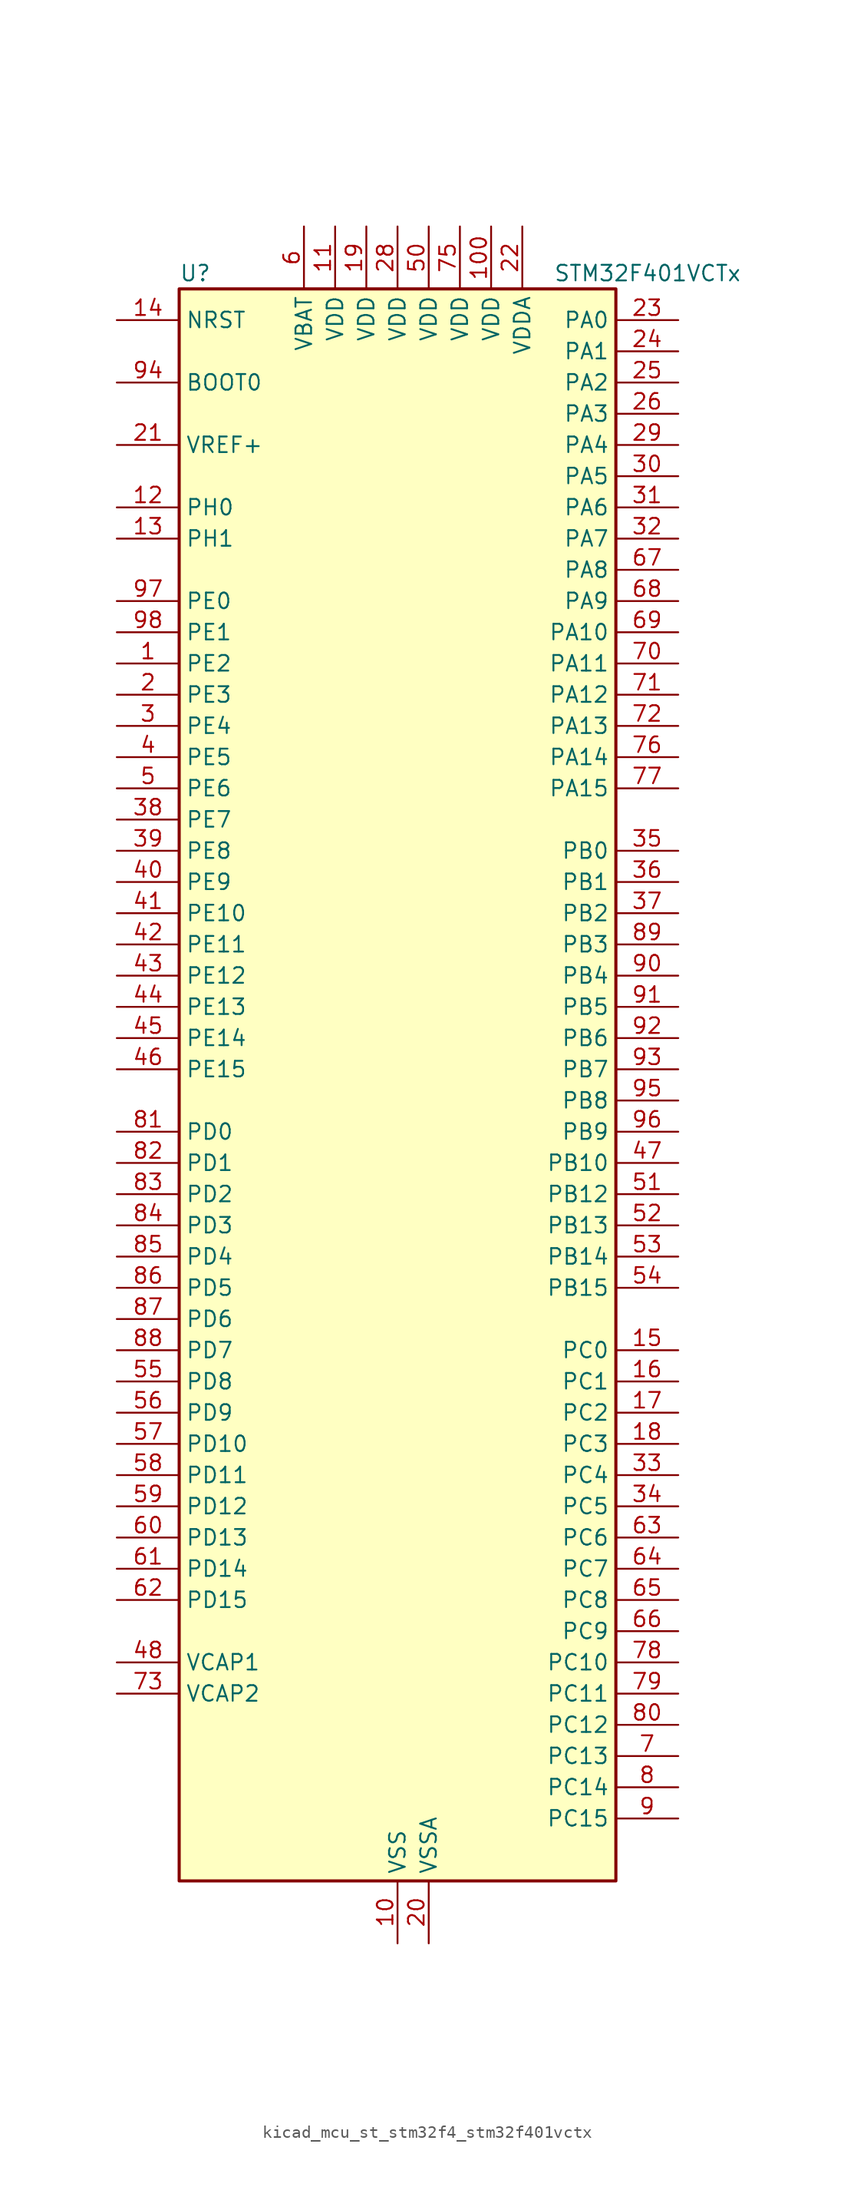
<source format=kicad_sym>
(kicad_symbol_lib
  (version 20220914)
  (generator kicad_symbol_editor)
  (symbol "kicad_mcu_st_stm32f4_stm32f401vctx"
    (property "Reference" "U"
      (at -17.78 67.31 0)
      (effects (font (size 1.27 1.27)) (justify left)))
    (property "Value" "STM32F401VCTx"
      (at 12.7 67.31 0)
      (effects (font (size 1.27 1.27)) (justify left)))
    (property "ki_locked" ""
      (at 0 0 0)
      (effects (font (size 1.27 1.27))))
    (symbol "kicad_mcu_st_stm32f4_stm32f401vctx_0_1"
      (rectangle (start -17.78 -63.5) (end 17.78 66.04) (stroke (width 0.254) (type default)) (fill (type background))))
    (symbol "kicad_mcu_st_stm32f4_stm32f401vctx_1_1"
      (pin bidirectional line (at -22.86 35.56 0) (length 5.08) (name "PE2" (effects (font (size 1.27 1.27)))) (number "1" (effects (font (size 1.27 1.27)))) (alternate "SPI4_SCK" bidirectional line) (alternate "SYS_TRACECLK" bidirectional line))
      (pin power_in line (at 0 -68.58 90) (length 5.08) (name "VSS" (effects (font (size 1.27 1.27)))) (number "10" (effects (font (size 1.27 1.27)))))
      (pin power_in line (at 7.62 71.12 270) (length 5.08) (name "VDD" (effects (font (size 1.27 1.27)))) (number "100" (effects (font (size 1.27 1.27)))))
      (pin power_in line (at -5.08 71.12 270) (length 5.08) (name "VDD" (effects (font (size 1.27 1.27)))) (number "11" (effects (font (size 1.27 1.27)))))
      (pin bidirectional line (at -22.86 48.26 0) (length 5.08) (name "PH0" (effects (font (size 1.27 1.27)))) (number "12" (effects (font (size 1.27 1.27)))) (alternate "RCC_OSC_IN" bidirectional line))
      (pin bidirectional line (at -22.86 45.72 0) (length 5.08) (name "PH1" (effects (font (size 1.27 1.27)))) (number "13" (effects (font (size 1.27 1.27)))) (alternate "RCC_OSC_OUT" bidirectional line))
      (pin input line (at -22.86 63.5 0) (length 5.08) (name "NRST" (effects (font (size 1.27 1.27)))) (number "14" (effects (font (size 1.27 1.27)))))
      (pin bidirectional line (at 22.86 -20.32 180) (length 5.08) (name "PC0" (effects (font (size 1.27 1.27)))) (number "15" (effects (font (size 1.27 1.27)))) (alternate "ADC1_IN10" bidirectional line))
      (pin bidirectional line (at 22.86 -22.86 180) (length 5.08) (name "PC1" (effects (font (size 1.27 1.27)))) (number "16" (effects (font (size 1.27 1.27)))) (alternate "ADC1_IN11" bidirectional line))
      (pin bidirectional line (at 22.86 -25.4 180) (length 5.08) (name "PC2" (effects (font (size 1.27 1.27)))) (number "17" (effects (font (size 1.27 1.27)))) (alternate "ADC1_IN12" bidirectional line) (alternate "I2S2_ext_SD" bidirectional line) (alternate "SPI2_MISO" bidirectional line))
      (pin bidirectional line (at 22.86 -27.94 180) (length 5.08) (name "PC3" (effects (font (size 1.27 1.27)))) (number "18" (effects (font (size 1.27 1.27)))) (alternate "ADC1_IN13" bidirectional line) (alternate "I2S2_SD" bidirectional line) (alternate "SPI2_MOSI" bidirectional line))
      (pin power_in line (at -2.54 71.12 270) (length 5.08) (name "VDD" (effects (font (size 1.27 1.27)))) (number "19" (effects (font (size 1.27 1.27)))))
      (pin bidirectional line (at -22.86 33.02 0) (length 5.08) (name "PE3" (effects (font (size 1.27 1.27)))) (number "2" (effects (font (size 1.27 1.27)))) (alternate "SYS_TRACED0" bidirectional line))
      (pin power_in line (at 2.54 -68.58 90) (length 5.08) (name "VSSA" (effects (font (size 1.27 1.27)))) (number "20" (effects (font (size 1.27 1.27)))))
      (pin input line (at -22.86 53.34 0) (length 5.08) (name "VREF+" (effects (font (size 1.27 1.27)))) (number "21" (effects (font (size 1.27 1.27)))))
      (pin power_in line (at 10.16 71.12 270) (length 5.08) (name "VDDA" (effects (font (size 1.27 1.27)))) (number "22" (effects (font (size 1.27 1.27)))))
      (pin bidirectional line (at 22.86 63.5 180) (length 5.08) (name "PA0" (effects (font (size 1.27 1.27)))) (number "23" (effects (font (size 1.27 1.27)))) (alternate "ADC1_IN0" bidirectional line) (alternate "SYS_WKUP" bidirectional line) (alternate "TIM2_CH1" bidirectional line) (alternate "TIM2_ETR" bidirectional line) (alternate "TIM5_CH1" bidirectional line) (alternate "USART2_CTS" bidirectional line))
      (pin bidirectional line (at 22.86 60.96 180) (length 5.08) (name "PA1" (effects (font (size 1.27 1.27)))) (number "24" (effects (font (size 1.27 1.27)))) (alternate "ADC1_IN1" bidirectional line) (alternate "TIM2_CH2" bidirectional line) (alternate "TIM5_CH2" bidirectional line) (alternate "USART2_RTS" bidirectional line))
      (pin bidirectional line (at 22.86 58.42 180) (length 5.08) (name "PA2" (effects (font (size 1.27 1.27)))) (number "25" (effects (font (size 1.27 1.27)))) (alternate "ADC1_IN2" bidirectional line) (alternate "TIM2_CH3" bidirectional line) (alternate "TIM5_CH3" bidirectional line) (alternate "TIM9_CH1" bidirectional line) (alternate "USART2_TX" bidirectional line))
      (pin bidirectional line (at 22.86 55.88 180) (length 5.08) (name "PA3" (effects (font (size 1.27 1.27)))) (number "26" (effects (font (size 1.27 1.27)))) (alternate "ADC1_IN3" bidirectional line) (alternate "TIM2_CH4" bidirectional line) (alternate "TIM5_CH4" bidirectional line) (alternate "TIM9_CH2" bidirectional line) (alternate "USART2_RX" bidirectional line))
      (pin passive line (at 0 -68.58 90) (length 5.08) hide (name "VSS" (effects (font (size 1.27 1.27)))) (number "27" (effects (font (size 1.27 1.27)))))
      (pin power_in line (at 0 71.12 270) (length 5.08) (name "VDD" (effects (font (size 1.27 1.27)))) (number "28" (effects (font (size 1.27 1.27)))))
      (pin bidirectional line (at 22.86 53.34 180) (length 5.08) (name "PA4" (effects (font (size 1.27 1.27)))) (number "29" (effects (font (size 1.27 1.27)))) (alternate "ADC1_IN4" bidirectional line) (alternate "I2S3_WS" bidirectional line) (alternate "SPI1_NSS" bidirectional line) (alternate "SPI3_NSS" bidirectional line) (alternate "USART2_CK" bidirectional line))
      (pin bidirectional line (at -22.86 30.48 0) (length 5.08) (name "PE4" (effects (font (size 1.27 1.27)))) (number "3" (effects (font (size 1.27 1.27)))) (alternate "SPI4_NSS" bidirectional line) (alternate "SYS_TRACED1" bidirectional line))
      (pin bidirectional line (at 22.86 50.8 180) (length 5.08) (name "PA5" (effects (font (size 1.27 1.27)))) (number "30" (effects (font (size 1.27 1.27)))) (alternate "ADC1_IN5" bidirectional line) (alternate "SPI1_SCK" bidirectional line) (alternate "TIM2_CH1" bidirectional line) (alternate "TIM2_ETR" bidirectional line))
      (pin bidirectional line (at 22.86 48.26 180) (length 5.08) (name "PA6" (effects (font (size 1.27 1.27)))) (number "31" (effects (font (size 1.27 1.27)))) (alternate "ADC1_IN6" bidirectional line) (alternate "SPI1_MISO" bidirectional line) (alternate "TIM1_BKIN" bidirectional line) (alternate "TIM3_CH1" bidirectional line))
      (pin bidirectional line (at 22.86 45.72 180) (length 5.08) (name "PA7" (effects (font (size 1.27 1.27)))) (number "32" (effects (font (size 1.27 1.27)))) (alternate "ADC1_IN7" bidirectional line) (alternate "SPI1_MOSI" bidirectional line) (alternate "TIM1_CH1N" bidirectional line) (alternate "TIM3_CH2" bidirectional line))
      (pin bidirectional line (at 22.86 -30.48 180) (length 5.08) (name "PC4" (effects (font (size 1.27 1.27)))) (number "33" (effects (font (size 1.27 1.27)))) (alternate "ADC1_IN14" bidirectional line))
      (pin bidirectional line (at 22.86 -33.02 180) (length 5.08) (name "PC5" (effects (font (size 1.27 1.27)))) (number "34" (effects (font (size 1.27 1.27)))) (alternate "ADC1_IN15" bidirectional line))
      (pin bidirectional line (at 22.86 20.32 180) (length 5.08) (name "PB0" (effects (font (size 1.27 1.27)))) (number "35" (effects (font (size 1.27 1.27)))) (alternate "ADC1_IN8" bidirectional line) (alternate "TIM1_CH2N" bidirectional line) (alternate "TIM3_CH3" bidirectional line))
      (pin bidirectional line (at 22.86 17.78 180) (length 5.08) (name "PB1" (effects (font (size 1.27 1.27)))) (number "36" (effects (font (size 1.27 1.27)))) (alternate "ADC1_IN9" bidirectional line) (alternate "TIM1_CH3N" bidirectional line) (alternate "TIM3_CH4" bidirectional line))
      (pin bidirectional line (at 22.86 15.24 180) (length 5.08) (name "PB2" (effects (font (size 1.27 1.27)))) (number "37" (effects (font (size 1.27 1.27)))))
      (pin bidirectional line (at -22.86 22.86 0) (length 5.08) (name "PE7" (effects (font (size 1.27 1.27)))) (number "38" (effects (font (size 1.27 1.27)))) (alternate "TIM1_ETR" bidirectional line))
      (pin bidirectional line (at -22.86 20.32 0) (length 5.08) (name "PE8" (effects (font (size 1.27 1.27)))) (number "39" (effects (font (size 1.27 1.27)))) (alternate "TIM1_CH1N" bidirectional line))
      (pin bidirectional line (at -22.86 27.94 0) (length 5.08) (name "PE5" (effects (font (size 1.27 1.27)))) (number "4" (effects (font (size 1.27 1.27)))) (alternate "SPI4_MISO" bidirectional line) (alternate "SYS_TRACED2" bidirectional line) (alternate "TIM9_CH1" bidirectional line))
      (pin bidirectional line (at -22.86 17.78 0) (length 5.08) (name "PE9" (effects (font (size 1.27 1.27)))) (number "40" (effects (font (size 1.27 1.27)))) (alternate "TIM1_CH1" bidirectional line))
      (pin bidirectional line (at -22.86 15.24 0) (length 5.08) (name "PE10" (effects (font (size 1.27 1.27)))) (number "41" (effects (font (size 1.27 1.27)))) (alternate "TIM1_CH2N" bidirectional line))
      (pin bidirectional line (at -22.86 12.7 0) (length 5.08) (name "PE11" (effects (font (size 1.27 1.27)))) (number "42" (effects (font (size 1.27 1.27)))) (alternate "ADC1_EXTI11" bidirectional line) (alternate "SPI4_NSS" bidirectional line) (alternate "TIM1_CH2" bidirectional line))
      (pin bidirectional line (at -22.86 10.16 0) (length 5.08) (name "PE12" (effects (font (size 1.27 1.27)))) (number "43" (effects (font (size 1.27 1.27)))) (alternate "SPI4_SCK" bidirectional line) (alternate "TIM1_CH3N" bidirectional line))
      (pin bidirectional line (at -22.86 7.62 0) (length 5.08) (name "PE13" (effects (font (size 1.27 1.27)))) (number "44" (effects (font (size 1.27 1.27)))) (alternate "SPI4_MISO" bidirectional line) (alternate "TIM1_CH3" bidirectional line))
      (pin bidirectional line (at -22.86 5.08 0) (length 5.08) (name "PE14" (effects (font (size 1.27 1.27)))) (number "45" (effects (font (size 1.27 1.27)))) (alternate "SPI4_MOSI" bidirectional line) (alternate "TIM1_CH4" bidirectional line))
      (pin bidirectional line (at -22.86 2.54 0) (length 5.08) (name "PE15" (effects (font (size 1.27 1.27)))) (number "46" (effects (font (size 1.27 1.27)))) (alternate "ADC1_EXTI15" bidirectional line) (alternate "TIM1_BKIN" bidirectional line))
      (pin bidirectional line (at 22.86 -5.08 180) (length 5.08) (name "PB10" (effects (font (size 1.27 1.27)))) (number "47" (effects (font (size 1.27 1.27)))) (alternate "I2C2_SCL" bidirectional line) (alternate "I2S2_CK" bidirectional line) (alternate "SPI2_SCK" bidirectional line) (alternate "TIM2_CH3" bidirectional line))
      (pin power_out line (at -22.86 -45.72 0) (length 5.08) (name "VCAP1" (effects (font (size 1.27 1.27)))) (number "48" (effects (font (size 1.27 1.27)))))
      (pin passive line (at 0 -68.58 90) (length 5.08) hide (name "VSS" (effects (font (size 1.27 1.27)))) (number "49" (effects (font (size 1.27 1.27)))))
      (pin bidirectional line (at -22.86 25.4 0) (length 5.08) (name "PE6" (effects (font (size 1.27 1.27)))) (number "5" (effects (font (size 1.27 1.27)))) (alternate "SPI4_MOSI" bidirectional line) (alternate "SYS_TRACED3" bidirectional line) (alternate "TIM9_CH2" bidirectional line))
      (pin power_in line (at 2.54 71.12 270) (length 5.08) (name "VDD" (effects (font (size 1.27 1.27)))) (number "50" (effects (font (size 1.27 1.27)))))
      (pin bidirectional line (at 22.86 -7.62 180) (length 5.08) (name "PB12" (effects (font (size 1.27 1.27)))) (number "51" (effects (font (size 1.27 1.27)))) (alternate "I2C2_SMBA" bidirectional line) (alternate "I2S2_WS" bidirectional line) (alternate "SPI2_NSS" bidirectional line) (alternate "TIM1_BKIN" bidirectional line))
      (pin bidirectional line (at 22.86 -10.16 180) (length 5.08) (name "PB13" (effects (font (size 1.27 1.27)))) (number "52" (effects (font (size 1.27 1.27)))) (alternate "I2S2_CK" bidirectional line) (alternate "SPI2_SCK" bidirectional line) (alternate "TIM1_CH1N" bidirectional line))
      (pin bidirectional line (at 22.86 -12.7 180) (length 5.08) (name "PB14" (effects (font (size 1.27 1.27)))) (number "53" (effects (font (size 1.27 1.27)))) (alternate "I2S2_ext_SD" bidirectional line) (alternate "SPI2_MISO" bidirectional line) (alternate "TIM1_CH2N" bidirectional line))
      (pin bidirectional line (at 22.86 -15.24 180) (length 5.08) (name "PB15" (effects (font (size 1.27 1.27)))) (number "54" (effects (font (size 1.27 1.27)))) (alternate "ADC1_EXTI15" bidirectional line) (alternate "I2S2_SD" bidirectional line) (alternate "RTC_REFIN" bidirectional line) (alternate "SPI2_MOSI" bidirectional line) (alternate "TIM1_CH3N" bidirectional line))
      (pin bidirectional line (at -22.86 -22.86 0) (length 5.08) (name "PD8" (effects (font (size 1.27 1.27)))) (number "55" (effects (font (size 1.27 1.27)))))
      (pin bidirectional line (at -22.86 -25.4 0) (length 5.08) (name "PD9" (effects (font (size 1.27 1.27)))) (number "56" (effects (font (size 1.27 1.27)))))
      (pin bidirectional line (at -22.86 -27.94 0) (length 5.08) (name "PD10" (effects (font (size 1.27 1.27)))) (number "57" (effects (font (size 1.27 1.27)))))
      (pin bidirectional line (at -22.86 -30.48 0) (length 5.08) (name "PD11" (effects (font (size 1.27 1.27)))) (number "58" (effects (font (size 1.27 1.27)))) (alternate "ADC1_EXTI11" bidirectional line))
      (pin bidirectional line (at -22.86 -33.02 0) (length 5.08) (name "PD12" (effects (font (size 1.27 1.27)))) (number "59" (effects (font (size 1.27 1.27)))) (alternate "TIM4_CH1" bidirectional line))
      (pin power_in line (at -7.62 71.12 270) (length 5.08) (name "VBAT" (effects (font (size 1.27 1.27)))) (number "6" (effects (font (size 1.27 1.27)))))
      (pin bidirectional line (at -22.86 -35.56 0) (length 5.08) (name "PD13" (effects (font (size 1.27 1.27)))) (number "60" (effects (font (size 1.27 1.27)))) (alternate "TIM4_CH2" bidirectional line))
      (pin bidirectional line (at -22.86 -38.1 0) (length 5.08) (name "PD14" (effects (font (size 1.27 1.27)))) (number "61" (effects (font (size 1.27 1.27)))) (alternate "TIM4_CH3" bidirectional line))
      (pin bidirectional line (at -22.86 -40.64 0) (length 5.08) (name "PD15" (effects (font (size 1.27 1.27)))) (number "62" (effects (font (size 1.27 1.27)))) (alternate "ADC1_EXTI15" bidirectional line) (alternate "TIM4_CH4" bidirectional line))
      (pin bidirectional line (at 22.86 -35.56 180) (length 5.08) (name "PC6" (effects (font (size 1.27 1.27)))) (number "63" (effects (font (size 1.27 1.27)))) (alternate "I2S2_MCK" bidirectional line) (alternate "SDIO_D6" bidirectional line) (alternate "TIM3_CH1" bidirectional line) (alternate "USART6_TX" bidirectional line))
      (pin bidirectional line (at 22.86 -38.1 180) (length 5.08) (name "PC7" (effects (font (size 1.27 1.27)))) (number "64" (effects (font (size 1.27 1.27)))) (alternate "I2S3_MCK" bidirectional line) (alternate "SDIO_D7" bidirectional line) (alternate "TIM3_CH2" bidirectional line) (alternate "USART6_RX" bidirectional line))
      (pin bidirectional line (at 22.86 -40.64 180) (length 5.08) (name "PC8" (effects (font (size 1.27 1.27)))) (number "65" (effects (font (size 1.27 1.27)))) (alternate "SDIO_D0" bidirectional line) (alternate "TIM3_CH3" bidirectional line) (alternate "USART6_CK" bidirectional line))
      (pin bidirectional line (at 22.86 -43.18 180) (length 5.08) (name "PC9" (effects (font (size 1.27 1.27)))) (number "66" (effects (font (size 1.27 1.27)))) (alternate "I2C3_SDA" bidirectional line) (alternate "I2S_CKIN" bidirectional line) (alternate "RCC_MCO_2" bidirectional line) (alternate "SDIO_D1" bidirectional line) (alternate "TIM3_CH4" bidirectional line))
      (pin bidirectional line (at 22.86 43.18 180) (length 5.08) (name "PA8" (effects (font (size 1.27 1.27)))) (number "67" (effects (font (size 1.27 1.27)))) (alternate "I2C3_SCL" bidirectional line) (alternate "RCC_MCO_1" bidirectional line) (alternate "TIM1_CH1" bidirectional line) (alternate "USART1_CK" bidirectional line) (alternate "USB_OTG_FS_SOF" bidirectional line))
      (pin bidirectional line (at 22.86 40.64 180) (length 5.08) (name "PA9" (effects (font (size 1.27 1.27)))) (number "68" (effects (font (size 1.27 1.27)))) (alternate "I2C3_SMBA" bidirectional line) (alternate "TIM1_CH2" bidirectional line) (alternate "USART1_TX" bidirectional line) (alternate "USB_OTG_FS_VBUS" bidirectional line))
      (pin bidirectional line (at 22.86 38.1 180) (length 5.08) (name "PA10" (effects (font (size 1.27 1.27)))) (number "69" (effects (font (size 1.27 1.27)))) (alternate "TIM1_CH3" bidirectional line) (alternate "USART1_RX" bidirectional line) (alternate "USB_OTG_FS_ID" bidirectional line))
      (pin bidirectional line (at 22.86 -53.34 180) (length 5.08) (name "PC13" (effects (font (size 1.27 1.27)))) (number "7" (effects (font (size 1.27 1.27)))) (alternate "RTC_AF1" bidirectional line))
      (pin bidirectional line (at 22.86 35.56 180) (length 5.08) (name "PA11" (effects (font (size 1.27 1.27)))) (number "70" (effects (font (size 1.27 1.27)))) (alternate "ADC1_EXTI11" bidirectional line) (alternate "TIM1_CH4" bidirectional line) (alternate "USART1_CTS" bidirectional line) (alternate "USART6_TX" bidirectional line) (alternate "USB_OTG_FS_DM" bidirectional line))
      (pin bidirectional line (at 22.86 33.02 180) (length 5.08) (name "PA12" (effects (font (size 1.27 1.27)))) (number "71" (effects (font (size 1.27 1.27)))) (alternate "TIM1_ETR" bidirectional line) (alternate "USART1_RTS" bidirectional line) (alternate "USART6_RX" bidirectional line) (alternate "USB_OTG_FS_DP" bidirectional line))
      (pin bidirectional line (at 22.86 30.48 180) (length 5.08) (name "PA13" (effects (font (size 1.27 1.27)))) (number "72" (effects (font (size 1.27 1.27)))) (alternate "SYS_JTMS-SWDIO" bidirectional line))
      (pin power_out line (at -22.86 -48.26 0) (length 5.08) (name "VCAP2" (effects (font (size 1.27 1.27)))) (number "73" (effects (font (size 1.27 1.27)))))
      (pin passive line (at 0 -68.58 90) (length 5.08) hide (name "VSS" (effects (font (size 1.27 1.27)))) (number "74" (effects (font (size 1.27 1.27)))))
      (pin power_in line (at 5.08 71.12 270) (length 5.08) (name "VDD" (effects (font (size 1.27 1.27)))) (number "75" (effects (font (size 1.27 1.27)))))
      (pin bidirectional line (at 22.86 27.94 180) (length 5.08) (name "PA14" (effects (font (size 1.27 1.27)))) (number "76" (effects (font (size 1.27 1.27)))) (alternate "SYS_JTCK-SWCLK" bidirectional line))
      (pin bidirectional line (at 22.86 25.4 180) (length 5.08) (name "PA15" (effects (font (size 1.27 1.27)))) (number "77" (effects (font (size 1.27 1.27)))) (alternate "ADC1_EXTI15" bidirectional line) (alternate "I2S3_WS" bidirectional line) (alternate "SPI1_NSS" bidirectional line) (alternate "SPI3_NSS" bidirectional line) (alternate "SYS_JTDI" bidirectional line) (alternate "TIM2_CH1" bidirectional line) (alternate "TIM2_ETR" bidirectional line))
      (pin bidirectional line (at 22.86 -45.72 180) (length 5.08) (name "PC10" (effects (font (size 1.27 1.27)))) (number "78" (effects (font (size 1.27 1.27)))) (alternate "I2S3_CK" bidirectional line) (alternate "SDIO_D2" bidirectional line) (alternate "SPI3_SCK" bidirectional line))
      (pin bidirectional line (at 22.86 -48.26 180) (length 5.08) (name "PC11" (effects (font (size 1.27 1.27)))) (number "79" (effects (font (size 1.27 1.27)))) (alternate "ADC1_EXTI11" bidirectional line) (alternate "I2S3_ext_SD" bidirectional line) (alternate "SDIO_D3" bidirectional line) (alternate "SPI3_MISO" bidirectional line))
      (pin bidirectional line (at 22.86 -55.88 180) (length 5.08) (name "PC14" (effects (font (size 1.27 1.27)))) (number "8" (effects (font (size 1.27 1.27)))) (alternate "RCC_OSC32_IN" bidirectional line))
      (pin bidirectional line (at 22.86 -50.8 180) (length 5.08) (name "PC12" (effects (font (size 1.27 1.27)))) (number "80" (effects (font (size 1.27 1.27)))) (alternate "I2S3_SD" bidirectional line) (alternate "SDIO_CK" bidirectional line) (alternate "SPI3_MOSI" bidirectional line))
      (pin bidirectional line (at -22.86 -2.54 0) (length 5.08) (name "PD0" (effects (font (size 1.27 1.27)))) (number "81" (effects (font (size 1.27 1.27)))))
      (pin bidirectional line (at -22.86 -5.08 0) (length 5.08) (name "PD1" (effects (font (size 1.27 1.27)))) (number "82" (effects (font (size 1.27 1.27)))))
      (pin bidirectional line (at -22.86 -7.62 0) (length 5.08) (name "PD2" (effects (font (size 1.27 1.27)))) (number "83" (effects (font (size 1.27 1.27)))) (alternate "SDIO_CMD" bidirectional line) (alternate "TIM3_ETR" bidirectional line))
      (pin bidirectional line (at -22.86 -10.16 0) (length 5.08) (name "PD3" (effects (font (size 1.27 1.27)))) (number "84" (effects (font (size 1.27 1.27)))) (alternate "I2S2_CK" bidirectional line) (alternate "SPI2_SCK" bidirectional line) (alternate "USART2_CTS" bidirectional line))
      (pin bidirectional line (at -22.86 -12.7 0) (length 5.08) (name "PD4" (effects (font (size 1.27 1.27)))) (number "85" (effects (font (size 1.27 1.27)))) (alternate "USART2_RTS" bidirectional line))
      (pin bidirectional line (at -22.86 -15.24 0) (length 5.08) (name "PD5" (effects (font (size 1.27 1.27)))) (number "86" (effects (font (size 1.27 1.27)))) (alternate "USART2_TX" bidirectional line))
      (pin bidirectional line (at -22.86 -17.78 0) (length 5.08) (name "PD6" (effects (font (size 1.27 1.27)))) (number "87" (effects (font (size 1.27 1.27)))) (alternate "I2S3_SD" bidirectional line) (alternate "SPI3_MOSI" bidirectional line) (alternate "USART2_RX" bidirectional line))
      (pin bidirectional line (at -22.86 -20.32 0) (length 5.08) (name "PD7" (effects (font (size 1.27 1.27)))) (number "88" (effects (font (size 1.27 1.27)))) (alternate "USART2_CK" bidirectional line))
      (pin bidirectional line (at 22.86 12.7 180) (length 5.08) (name "PB3" (effects (font (size 1.27 1.27)))) (number "89" (effects (font (size 1.27 1.27)))) (alternate "I2C2_SDA" bidirectional line) (alternate "I2S3_CK" bidirectional line) (alternate "SPI1_SCK" bidirectional line) (alternate "SPI3_SCK" bidirectional line) (alternate "SYS_JTDO-SWO" bidirectional line) (alternate "TIM2_CH2" bidirectional line))
      (pin bidirectional line (at 22.86 -58.42 180) (length 5.08) (name "PC15" (effects (font (size 1.27 1.27)))) (number "9" (effects (font (size 1.27 1.27)))) (alternate "ADC1_EXTI15" bidirectional line) (alternate "RCC_OSC32_OUT" bidirectional line))
      (pin bidirectional line (at 22.86 10.16 180) (length 5.08) (name "PB4" (effects (font (size 1.27 1.27)))) (number "90" (effects (font (size 1.27 1.27)))) (alternate "I2C3_SDA" bidirectional line) (alternate "I2S3_ext_SD" bidirectional line) (alternate "SPI1_MISO" bidirectional line) (alternate "SPI3_MISO" bidirectional line) (alternate "SYS_JTRST" bidirectional line) (alternate "TIM3_CH1" bidirectional line))
      (pin bidirectional line (at 22.86 7.62 180) (length 5.08) (name "PB5" (effects (font (size 1.27 1.27)))) (number "91" (effects (font (size 1.27 1.27)))) (alternate "I2C1_SMBA" bidirectional line) (alternate "I2S3_SD" bidirectional line) (alternate "SPI1_MOSI" bidirectional line) (alternate "SPI3_MOSI" bidirectional line) (alternate "TIM3_CH2" bidirectional line))
      (pin bidirectional line (at 22.86 5.08 180) (length 5.08) (name "PB6" (effects (font (size 1.27 1.27)))) (number "92" (effects (font (size 1.27 1.27)))) (alternate "I2C1_SCL" bidirectional line) (alternate "TIM4_CH1" bidirectional line) (alternate "USART1_TX" bidirectional line))
      (pin bidirectional line (at 22.86 2.54 180) (length 5.08) (name "PB7" (effects (font (size 1.27 1.27)))) (number "93" (effects (font (size 1.27 1.27)))) (alternate "I2C1_SDA" bidirectional line) (alternate "TIM4_CH2" bidirectional line) (alternate "USART1_RX" bidirectional line))
      (pin input line (at -22.86 58.42 0) (length 5.08) (name "BOOT0" (effects (font (size 1.27 1.27)))) (number "94" (effects (font (size 1.27 1.27)))))
      (pin bidirectional line (at 22.86 0 180) (length 5.08) (name "PB8" (effects (font (size 1.27 1.27)))) (number "95" (effects (font (size 1.27 1.27)))) (alternate "I2C1_SCL" bidirectional line) (alternate "SDIO_D4" bidirectional line) (alternate "TIM10_CH1" bidirectional line) (alternate "TIM4_CH3" bidirectional line))
      (pin bidirectional line (at 22.86 -2.54 180) (length 5.08) (name "PB9" (effects (font (size 1.27 1.27)))) (number "96" (effects (font (size 1.27 1.27)))) (alternate "I2C1_SDA" bidirectional line) (alternate "I2S2_WS" bidirectional line) (alternate "SDIO_D5" bidirectional line) (alternate "SPI2_NSS" bidirectional line) (alternate "TIM11_CH1" bidirectional line) (alternate "TIM4_CH4" bidirectional line))
      (pin bidirectional line (at -22.86 40.64 0) (length 5.08) (name "PE0" (effects (font (size 1.27 1.27)))) (number "97" (effects (font (size 1.27 1.27)))) (alternate "TIM4_ETR" bidirectional line))
      (pin bidirectional line (at -22.86 38.1 0) (length 5.08) (name "PE1" (effects (font (size 1.27 1.27)))) (number "98" (effects (font (size 1.27 1.27)))))
      (pin passive line (at 0 -68.58 90) (length 5.08) hide (name "VSS" (effects (font (size 1.27 1.27)))) (number "99" (effects (font (size 1.27 1.27))))))))
</source>
